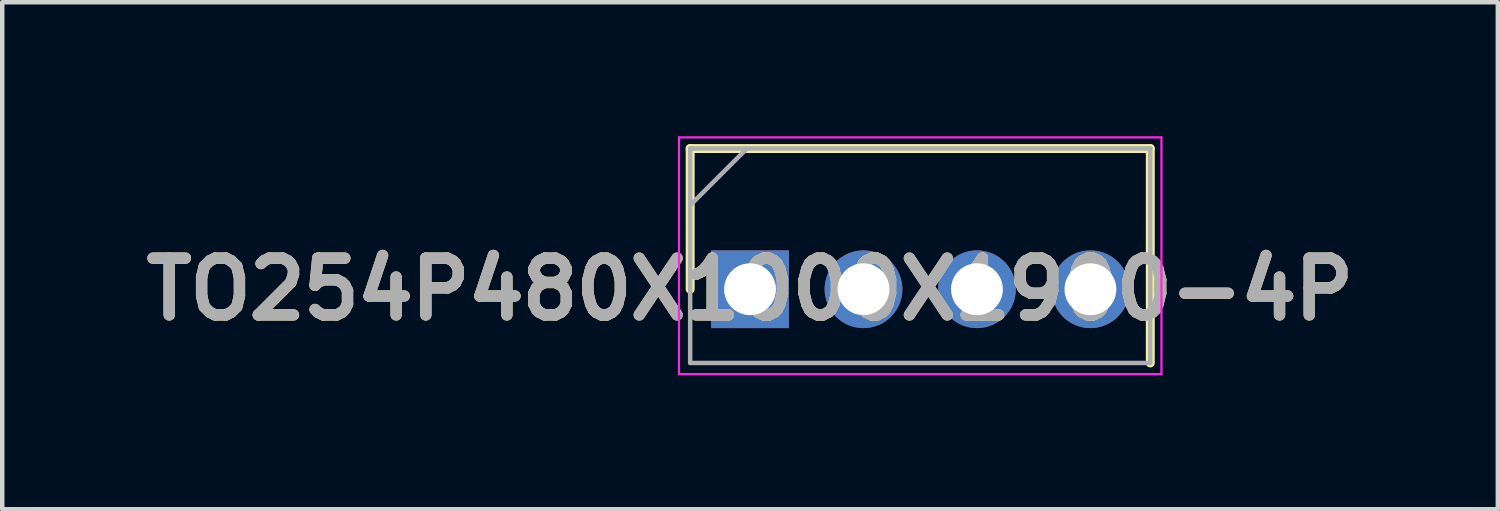
<source format=kicad_pcb>
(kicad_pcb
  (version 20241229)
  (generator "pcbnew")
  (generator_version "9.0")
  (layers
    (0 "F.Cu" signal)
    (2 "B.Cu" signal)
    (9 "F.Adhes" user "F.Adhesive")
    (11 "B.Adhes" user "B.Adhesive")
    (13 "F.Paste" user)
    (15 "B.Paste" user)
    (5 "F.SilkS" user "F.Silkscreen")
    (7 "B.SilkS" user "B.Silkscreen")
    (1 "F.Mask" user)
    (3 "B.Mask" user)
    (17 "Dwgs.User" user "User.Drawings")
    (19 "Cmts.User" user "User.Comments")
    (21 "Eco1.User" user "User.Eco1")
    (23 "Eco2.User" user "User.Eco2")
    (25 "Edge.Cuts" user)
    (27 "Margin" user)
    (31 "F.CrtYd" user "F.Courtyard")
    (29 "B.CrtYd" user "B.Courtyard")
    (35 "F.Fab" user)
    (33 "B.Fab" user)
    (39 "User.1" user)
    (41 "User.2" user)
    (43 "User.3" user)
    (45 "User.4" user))
  (footprint "TO254P480X1000X1900-4P"
    (layer "F.Cu")
    (at 13.74 3.425)
    (property "Reference" "TO254P480X1000X1900-4P" (at 0 0 0) (layer "F.SilkS") (effects (font (size 1.27 1.27) (thickness 0.254))))
    (attr through_hole)
    (fp_line (start -1.34 -3.15) (end -1.34 0) (stroke (width 0.2) (type solid)) (layer "F.SilkS"))
    (fp_line (start 8.96 -3.15) (end -1.34 -3.15) (stroke (width 0.2) (type solid)) (layer "F.SilkS"))
    (fp_line (start 8.96 1.65) (end 8.96 -3.15) (stroke (width 0.2) (type solid)) (layer "F.SilkS"))
    (fp_line (start -1.59 -3.4) (end 9.21 -3.4) (stroke (width 0.05) (type solid)) (layer "F.CrtYd"))
    (fp_line (start -1.59 1.9) (end -1.59 -3.4) (stroke (width 0.05) (type solid)) (layer "F.CrtYd"))
    (fp_line (start 9.21 -3.4) (end 9.21 1.9) (stroke (width 0.05) (type solid)) (layer "F.CrtYd"))
    (fp_line (start 9.21 1.9) (end -1.59 1.9) (stroke (width 0.05) (type solid)) (layer "F.CrtYd"))
    (fp_line (start -1.34 -3.15) (end 8.96 -3.15) (stroke (width 0.1) (type solid)) (layer "F.Fab"))
    (fp_line (start -1.34 -1.88) (end -0.07 -3.15) (stroke (width 0.1) (type solid)) (layer "F.Fab"))
    (fp_line (start -1.34 1.65) (end -1.34 -3.15) (stroke (width 0.1) (type solid)) (layer "F.Fab"))
    (fp_line (start 8.96 -3.15) (end 8.96 1.65) (stroke (width 0.1) (type solid)) (layer "F.Fab"))
    (fp_line (start 8.96 1.65) (end -1.34 1.65) (stroke (width 0.1) (type solid)) (layer "F.Fab"))
    (fp_text user "${REFERENCE}" (at 0 0 0) (layer "F.Fab") (effects (font (size 1.27 1.27) (thickness 0.254))))
    (pad "1" thru_hole rect (at 0 0) (size 1.74 1.74) (drill 1.16) (layers "*.Cu" "*.Mask"))
    (pad "2" thru_hole circle (at 2.54 0) (size 1.74 1.74) (drill 1.16) (layers "*.Cu" "*.Mask"))
    (pad "3" thru_hole circle (at 5.08 0) (size 1.74 1.74) (drill 1.16) (layers "*.Cu" "*.Mask"))
    (pad "4" thru_hole circle (at 7.62 0) (size 1.74 1.74) (drill 1.16) (layers "*.Cu" "*.Mask")))
  (gr_rect
    (start -3 -3)
    (end 30.48 8.35)
    (stroke (width 0.1) (type default))
    (fill no)
    (layer "Edge.Cuts")))
</source>
